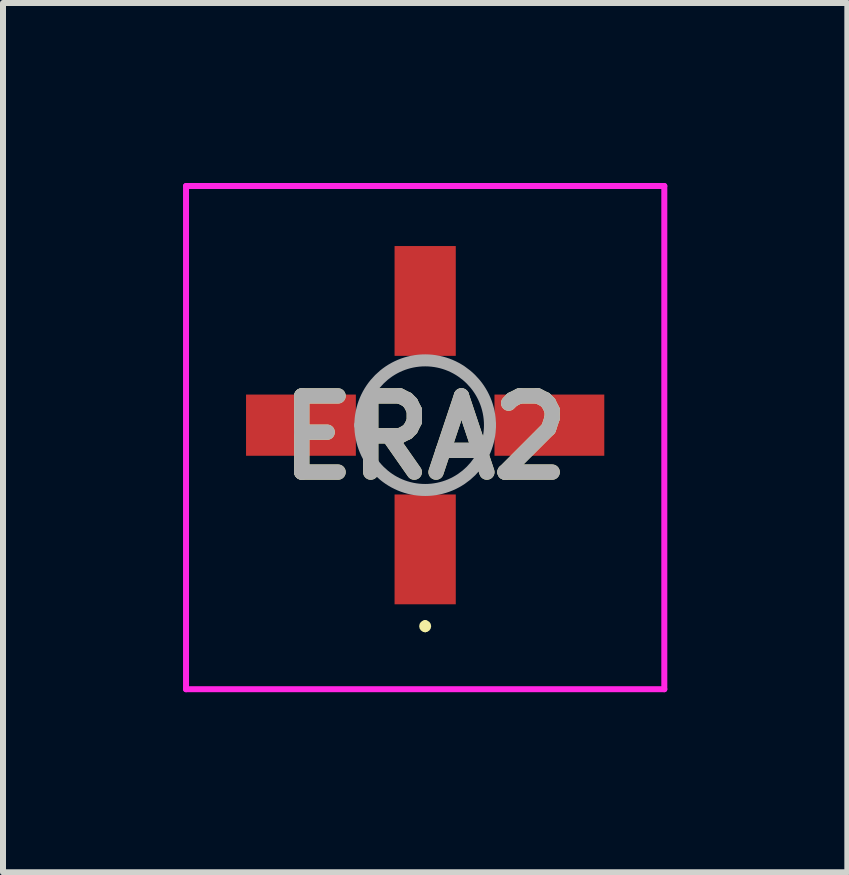
<source format=kicad_pcb>
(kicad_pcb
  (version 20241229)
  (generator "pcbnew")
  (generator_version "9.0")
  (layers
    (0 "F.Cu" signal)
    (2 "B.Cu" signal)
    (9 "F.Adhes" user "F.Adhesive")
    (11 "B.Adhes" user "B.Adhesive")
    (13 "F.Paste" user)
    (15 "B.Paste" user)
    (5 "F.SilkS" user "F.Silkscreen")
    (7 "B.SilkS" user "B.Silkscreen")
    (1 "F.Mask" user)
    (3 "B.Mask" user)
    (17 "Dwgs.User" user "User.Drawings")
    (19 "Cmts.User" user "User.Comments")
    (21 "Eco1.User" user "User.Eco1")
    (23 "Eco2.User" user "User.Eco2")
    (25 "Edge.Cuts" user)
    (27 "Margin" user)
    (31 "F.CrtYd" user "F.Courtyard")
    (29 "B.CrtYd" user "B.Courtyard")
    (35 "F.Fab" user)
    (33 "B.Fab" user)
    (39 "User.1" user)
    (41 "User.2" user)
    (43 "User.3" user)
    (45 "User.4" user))
  (footprint "ERA2"
    (layer "F.Cu")
    (at 4.035 4.035)
    (property "Reference" "ERA2" (at 0 0.208 0) (layer "F.SilkS") (effects (font (size 1.27 1.27) (thickness 0.254))))
    (attr smd)
    (fp_line (start 0 3.3) (end 0 3.3) (stroke (width 0.1) (type solid)) (layer "F.SilkS"))
    (fp_line (start 0 3.4) (end 0 3.4) (stroke (width 0.1) (type solid)) (layer "F.SilkS"))
    (fp_arc (start 0 3.3) (mid 0.05 3.35) (end 0 3.4) (stroke (width 0.1) (type solid)) (layer "F.SilkS"))
    (fp_arc (start 0 3.4) (mid -0.05 3.35) (end 0 3.3) (stroke (width 0.1) (type solid)) (layer "F.SilkS"))
    (fp_line (start -3.985 -3.985) (end 3.985 -3.985) (stroke (width 0.1) (type solid)) (layer "F.CrtYd"))
    (fp_line (start -3.985 4.4) (end -3.985 -3.985) (stroke (width 0.1) (type solid)) (layer "F.CrtYd"))
    (fp_line (start 3.985 -3.985) (end 3.985 4.4) (stroke (width 0.1) (type solid)) (layer "F.CrtYd"))
    (fp_line (start 3.985 4.4) (end -3.985 4.4) (stroke (width 0.1) (type solid)) (layer "F.CrtYd"))
    (fp_line (start -1.08 0) (end -1.08 0) (stroke (width 0.2) (type solid)) (layer "F.Fab"))
    (fp_line (start 1.08 0) (end 1.08 0) (stroke (width 0.2) (type solid)) (layer "F.Fab"))
    (fp_arc (start -1.08 0) (mid 0 -1.08) (end 1.08 0) (stroke (width 0.2) (type solid)) (layer "F.Fab"))
    (fp_arc (start 1.08 0) (mid 0 1.08) (end -1.08 0) (stroke (width 0.2) (type solid)) (layer "F.Fab"))
    (fp_text user "${REFERENCE}" (at 0 0.208 0) (layer "F.Fab") (effects (font (size 1.27 1.27) (thickness 0.254))))
    (pad "1" smd rect (at 0 2.07) (size 1.02 1.83) (layers "F.Cu" "F.Mask" "F.Paste"))
    (pad "2" smd rect (at 2.07 0 90) (size 1.02 1.83) (layers "F.Cu" "F.Mask" "F.Paste"))
    (pad "3" smd rect (at 0 -2.07) (size 1.02 1.83) (layers "F.Cu" "F.Mask" "F.Paste"))
    (pad "4" smd rect (at -2.07 0 90) (size 1.02 1.83) (layers "F.Cu" "F.Mask" "F.Paste")))
  (gr_rect
    (start -3 -3)
    (end 11.07 11.485)
    (stroke (width 0.1) (type default))
    (fill no)
    (layer "Edge.Cuts")))
</source>
